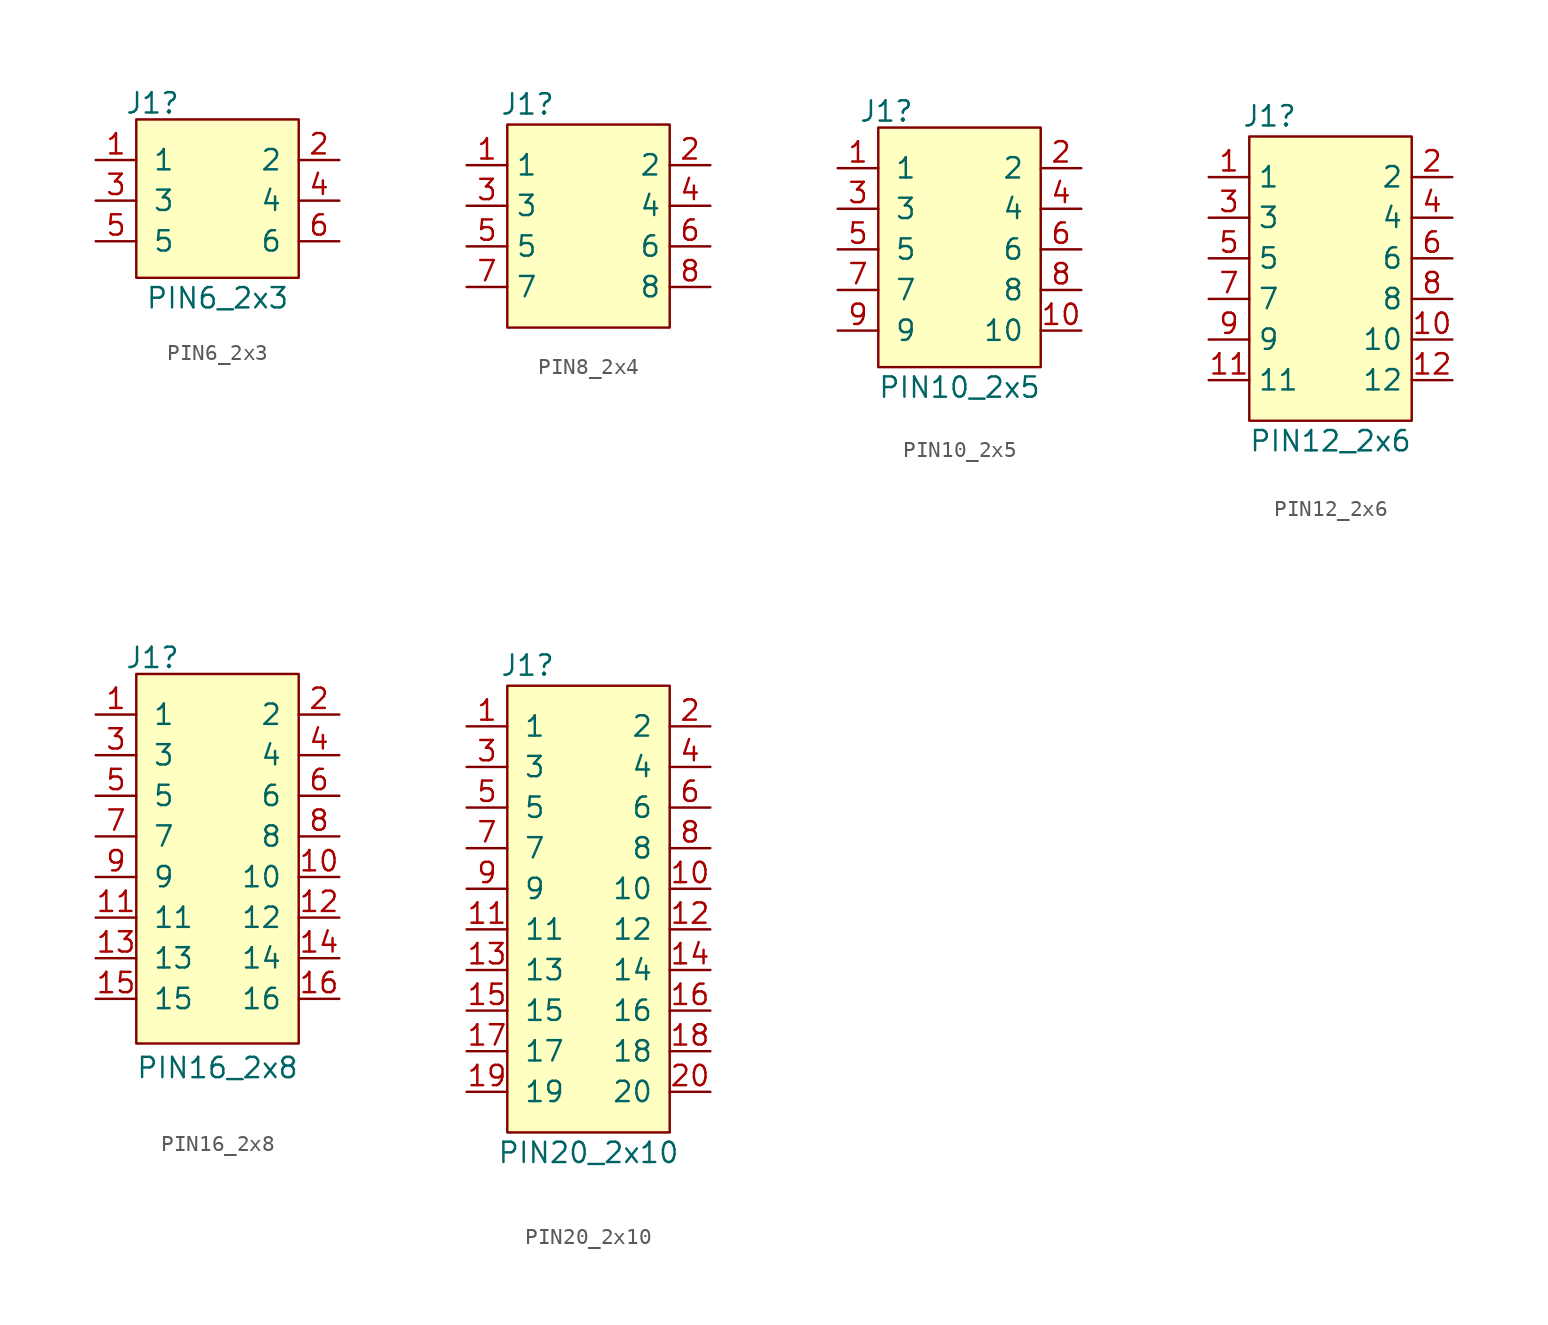
<source format=kicad_sym>
(kicad_symbol_lib
  (version 20220914)
  (generator kicad_symbol_editor)
  (symbol "PIN6_2x3"
    (pin_names
      (offset 1.016))
    (property "Reference" "J1"
      (at -4.064 6.096 0)
      (effects (font (size 1.27 1.27))))
    (property "Value" "PIN6_2x3"
      (at 0 -6.096 0)
      (effects (font (size 1.27 1.27))))
    (symbol "PIN6_2x3_1_1"
      (rectangle (start -5.08 5.08) (end 5.08 -4.826) (stroke (width 0) (type default)) (fill (type background)))
      (pin input line (at -7.62 2.54 0) (length 2.54) (name "1" (effects (font (size 1.27 1.27)))) (number "1" (effects (font (size 1.27 1.27)))))
      (pin input line (at 7.62 2.54 180) (length 2.54) (name "2" (effects (font (size 1.27 1.27)))) (number "2" (effects (font (size 1.27 1.27)))))
      (pin input line (at -7.62 0 0) (length 2.54) (name "3" (effects (font (size 1.27 1.27)))) (number "3" (effects (font (size 1.27 1.27)))))
      (pin input line (at 7.62 0 180) (length 2.54) (name "4" (effects (font (size 1.27 1.27)))) (number "4" (effects (font (size 1.27 1.27)))))
      (pin input line (at -7.62 -2.54 0) (length 2.54) (name "5" (effects (font (size 1.27 1.27)))) (number "5" (effects (font (size 1.27 1.27)))))
      (pin input line (at 7.62 -2.54 180) (length 2.54) (name "6" (effects (font (size 1.27 1.27)))) (number "6" (effects (font (size 1.27 1.27)))))))
  (symbol "PIN8_2x4"
    (property "Reference" "J1"
      (at -3.81 7.62 0)
      (effects (font (size 1.27 1.27))))
    (property "Value" ""
      (at -7.62 1.27 0)
      (effects (font (size 1.27 1.27))))
    (symbol "PIN8_2x4_1_1"
      (rectangle (start -5.08 6.35) (end 5.08 -6.35) (stroke (width 0) (type default)) (fill (type background)))
      (pin input line (at -7.62 3.81 0) (length 2.54) (name "1" (effects (font (size 1.27 1.27)))) (number "1" (effects (font (size 1.27 1.27)))))
      (pin input line (at 7.62 3.81 180) (length 2.54) (name "2" (effects (font (size 1.27 1.27)))) (number "2" (effects (font (size 1.27 1.27)))))
      (pin input line (at -7.62 1.27 0) (length 2.54) (name "3" (effects (font (size 1.27 1.27)))) (number "3" (effects (font (size 1.27 1.27)))))
      (pin input line (at 7.62 1.27 180) (length 2.54) (name "4" (effects (font (size 1.27 1.27)))) (number "4" (effects (font (size 1.27 1.27)))))
      (pin input line (at -7.62 -1.27 0) (length 2.54) (name "5" (effects (font (size 1.27 1.27)))) (number "5" (effects (font (size 1.27 1.27)))))
      (pin input line (at 7.62 -1.27 180) (length 2.54) (name "6" (effects (font (size 1.27 1.27)))) (number "6" (effects (font (size 1.27 1.27)))))
      (pin input line (at -7.62 -3.81 0) (length 2.54) (name "7" (effects (font (size 1.27 1.27)))) (number "7" (effects (font (size 1.27 1.27)))))
      (pin input line (at 7.62 -3.81 180) (length 2.54) (name "8" (effects (font (size 1.27 1.27)))) (number "8" (effects (font (size 1.27 1.27)))))))
  (symbol "PIN10_2x5"
    (pin_names
      (offset 1.016))
    (property "Reference" "J1"
      (at -4.572 8.636 0)
      (effects (font (size 1.27 1.27))))
    (property "Value" "PIN10_2x5"
      (at 0 -8.636 0)
      (effects (font (size 1.27 1.27))))
    (symbol "PIN10_2x5_1_1"
      (rectangle (start -5.08 7.62) (end 5.08 -7.366) (stroke (width 0) (type default)) (fill (type background)))
      (pin input line (at -7.62 5.08 0) (length 2.54) (name "1" (effects (font (size 1.27 1.27)))) (number "1" (effects (font (size 1.27 1.27)))))
      (pin input line (at 7.62 -5.08 180) (length 2.54) (name "10" (effects (font (size 1.27 1.27)))) (number "10" (effects (font (size 1.27 1.27)))))
      (pin input line (at 7.62 5.08 180) (length 2.54) (name "2" (effects (font (size 1.27 1.27)))) (number "2" (effects (font (size 1.27 1.27)))))
      (pin input line (at -7.62 2.54 0) (length 2.54) (name "3" (effects (font (size 1.27 1.27)))) (number "3" (effects (font (size 1.27 1.27)))))
      (pin input line (at 7.62 2.54 180) (length 2.54) (name "4" (effects (font (size 1.27 1.27)))) (number "4" (effects (font (size 1.27 1.27)))))
      (pin input line (at -7.62 0 0) (length 2.54) (name "5" (effects (font (size 1.27 1.27)))) (number "5" (effects (font (size 1.27 1.27)))))
      (pin input line (at 7.62 0 180) (length 2.54) (name "6" (effects (font (size 1.27 1.27)))) (number "6" (effects (font (size 1.27 1.27)))))
      (pin input line (at -7.62 -2.54 0) (length 2.54) (name "7" (effects (font (size 1.27 1.27)))) (number "7" (effects (font (size 1.27 1.27)))))
      (pin input line (at 7.62 -2.54 180) (length 2.54) (name "8" (effects (font (size 1.27 1.27)))) (number "8" (effects (font (size 1.27 1.27)))))
      (pin input line (at -7.62 -5.08 0) (length 2.54) (name "9" (effects (font (size 1.27 1.27)))) (number "9" (effects (font (size 1.27 1.27)))))))
  (symbol "PIN12_2x6"
    (property "Reference" "J1"
      (at -3.81 10.16 0)
      (effects (font (size 1.27 1.27))))
    (property "Value" "PIN12_2x6"
      (at 0 -10.16 0)
      (effects (font (size 1.27 1.27))))
    (symbol "PIN12_2x6_1_1"
      (rectangle (start -5.08 8.89) (end 5.08 -8.89) (stroke (width 0) (type default)) (fill (type background)))
      (pin input line (at -7.62 6.35 0) (length 2.54) (name "1" (effects (font (size 1.27 1.27)))) (number "1" (effects (font (size 1.27 1.27)))))
      (pin input line (at 7.62 -3.81 180) (length 2.54) (name "10" (effects (font (size 1.27 1.27)))) (number "10" (effects (font (size 1.27 1.27)))))
      (pin input line (at -7.62 -6.35 0) (length 2.54) (name "11" (effects (font (size 1.27 1.27)))) (number "11" (effects (font (size 1.27 1.27)))))
      (pin input line (at 7.62 -6.35 180) (length 2.54) (name "12" (effects (font (size 1.27 1.27)))) (number "12" (effects (font (size 1.27 1.27)))))
      (pin input line (at 7.62 6.35 180) (length 2.54) (name "2" (effects (font (size 1.27 1.27)))) (number "2" (effects (font (size 1.27 1.27)))))
      (pin input line (at -7.62 3.81 0) (length 2.54) (name "3" (effects (font (size 1.27 1.27)))) (number "3" (effects (font (size 1.27 1.27)))))
      (pin input line (at 7.62 3.81 180) (length 2.54) (name "4" (effects (font (size 1.27 1.27)))) (number "4" (effects (font (size 1.27 1.27)))))
      (pin input line (at -7.62 1.27 0) (length 2.54) (name "5" (effects (font (size 1.27 1.27)))) (number "5" (effects (font (size 1.27 1.27)))))
      (pin input line (at 7.62 1.27 180) (length 2.54) (name "6" (effects (font (size 1.27 1.27)))) (number "6" (effects (font (size 1.27 1.27)))))
      (pin input line (at -7.62 -1.27 0) (length 2.54) (name "7" (effects (font (size 1.27 1.27)))) (number "7" (effects (font (size 1.27 1.27)))))
      (pin input line (at 7.62 -1.27 180) (length 2.54) (name "8" (effects (font (size 1.27 1.27)))) (number "8" (effects (font (size 1.27 1.27)))))
      (pin input line (at -7.62 -3.81 0) (length 2.54) (name "9" (effects (font (size 1.27 1.27)))) (number "9" (effects (font (size 1.27 1.27)))))))
  (symbol "PIN16_2x8"
    (pin_names
      (offset 1.016))
    (property "Reference" "J1"
      (at -4.064 12.446 0)
      (effects (font (size 1.27 1.27))))
    (property "Value" "PIN16_2x8"
      (at 0 -13.208 0)
      (effects (font (size 1.27 1.27))))
    (symbol "PIN16_2x8_1_1"
      (rectangle (start -5.08 11.43) (end 5.08 -11.684) (stroke (width 0) (type default)) (fill (type background)))
      (pin input line (at -7.62 8.89 0) (length 2.54) (name "1" (effects (font (size 1.27 1.27)))) (number "1" (effects (font (size 1.27 1.27)))))
      (pin input line (at 7.62 -1.27 180) (length 2.54) (name "10" (effects (font (size 1.27 1.27)))) (number "10" (effects (font (size 1.27 1.27)))))
      (pin input line (at -7.62 -3.81 0) (length 2.54) (name "11" (effects (font (size 1.27 1.27)))) (number "11" (effects (font (size 1.27 1.27)))))
      (pin input line (at 7.62 -3.81 180) (length 2.54) (name "12" (effects (font (size 1.27 1.27)))) (number "12" (effects (font (size 1.27 1.27)))))
      (pin input line (at -7.62 -6.35 0) (length 2.54) (name "13" (effects (font (size 1.27 1.27)))) (number "13" (effects (font (size 1.27 1.27)))))
      (pin input line (at 7.62 -6.35 180) (length 2.54) (name "14" (effects (font (size 1.27 1.27)))) (number "14" (effects (font (size 1.27 1.27)))))
      (pin input line (at -7.62 -8.89 0) (length 2.54) (name "15" (effects (font (size 1.27 1.27)))) (number "15" (effects (font (size 1.27 1.27)))))
      (pin input line (at 7.62 -8.89 180) (length 2.54) (name "16" (effects (font (size 1.27 1.27)))) (number "16" (effects (font (size 1.27 1.27)))))
      (pin input line (at 7.62 8.89 180) (length 2.54) (name "2" (effects (font (size 1.27 1.27)))) (number "2" (effects (font (size 1.27 1.27)))))
      (pin input line (at -7.62 6.35 0) (length 2.54) (name "3" (effects (font (size 1.27 1.27)))) (number "3" (effects (font (size 1.27 1.27)))))
      (pin input line (at 7.62 6.35 180) (length 2.54) (name "4" (effects (font (size 1.27 1.27)))) (number "4" (effects (font (size 1.27 1.27)))))
      (pin input line (at -7.62 3.81 0) (length 2.54) (name "5" (effects (font (size 1.27 1.27)))) (number "5" (effects (font (size 1.27 1.27)))))
      (pin input line (at 7.62 3.81 180) (length 2.54) (name "6" (effects (font (size 1.27 1.27)))) (number "6" (effects (font (size 1.27 1.27)))))
      (pin input line (at -7.62 1.27 0) (length 2.54) (name "7" (effects (font (size 1.27 1.27)))) (number "7" (effects (font (size 1.27 1.27)))))
      (pin input line (at 7.62 1.27 180) (length 2.54) (name "8" (effects (font (size 1.27 1.27)))) (number "8" (effects (font (size 1.27 1.27)))))
      (pin input line (at -7.62 -1.27 0) (length 2.54) (name "9" (effects (font (size 1.27 1.27)))) (number "9" (effects (font (size 1.27 1.27)))))))
  (symbol "PIN20_2x10"
    (pin_names
      (offset 1.016))
    (property "Reference" "J1"
      (at -3.81 15.24 0)
      (effects (font (size 1.27 1.27))))
    (property "Value" "PIN20_2x10"
      (at 0 -15.24 0)
      (effects (font (size 1.27 1.27))))
    (symbol "PIN20_2x10_0_1"
      (rectangle (start -5.08 13.97) (end 5.08 -13.97) (stroke (width 0) (type default)) (fill (type background))))
    (symbol "PIN20_2x10_1_1"
      (pin input line (at -7.62 11.43 0) (length 2.54) (name "1" (effects (font (size 1.27 1.27)))) (number "1" (effects (font (size 1.27 1.27)))))
      (pin input line (at 7.62 1.27 180) (length 2.54) (name "10" (effects (font (size 1.27 1.27)))) (number "10" (effects (font (size 1.27 1.27)))))
      (pin input line (at -7.62 -1.27 0) (length 2.54) (name "11" (effects (font (size 1.27 1.27)))) (number "11" (effects (font (size 1.27 1.27)))))
      (pin input line (at 7.62 -1.27 180) (length 2.54) (name "12" (effects (font (size 1.27 1.27)))) (number "12" (effects (font (size 1.27 1.27)))))
      (pin input line (at -7.62 -3.81 0) (length 2.54) (name "13" (effects (font (size 1.27 1.27)))) (number "13" (effects (font (size 1.27 1.27)))))
      (pin input line (at 7.62 -3.81 180) (length 2.54) (name "14" (effects (font (size 1.27 1.27)))) (number "14" (effects (font (size 1.27 1.27)))))
      (pin input line (at -7.62 -6.35 0) (length 2.54) (name "15" (effects (font (size 1.27 1.27)))) (number "15" (effects (font (size 1.27 1.27)))))
      (pin input line (at 7.62 -6.35 180) (length 2.54) (name "16" (effects (font (size 1.27 1.27)))) (number "16" (effects (font (size 1.27 1.27)))))
      (pin input line (at -7.62 -8.89 0) (length 2.54) (name "17" (effects (font (size 1.27 1.27)))) (number "17" (effects (font (size 1.27 1.27)))))
      (pin input line (at 7.62 -8.89 180) (length 2.54) (name "18" (effects (font (size 1.27 1.27)))) (number "18" (effects (font (size 1.27 1.27)))))
      (pin input line (at -7.62 -11.43 0) (length 2.54) (name "19" (effects (font (size 1.27 1.27)))) (number "19" (effects (font (size 1.27 1.27)))))
      (pin input line (at 7.62 11.43 180) (length 2.54) (name "2" (effects (font (size 1.27 1.27)))) (number "2" (effects (font (size 1.27 1.27)))))
      (pin input line (at 7.62 -11.43 180) (length 2.54) (name "20" (effects (font (size 1.27 1.27)))) (number "20" (effects (font (size 1.27 1.27)))))
      (pin input line (at -7.62 8.89 0) (length 2.54) (name "3" (effects (font (size 1.27 1.27)))) (number "3" (effects (font (size 1.27 1.27)))))
      (pin input line (at 7.62 8.89 180) (length 2.54) (name "4" (effects (font (size 1.27 1.27)))) (number "4" (effects (font (size 1.27 1.27)))))
      (pin input line (at -7.62 6.35 0) (length 2.54) (name "5" (effects (font (size 1.27 1.27)))) (number "5" (effects (font (size 1.27 1.27)))))
      (pin input line (at 7.62 6.35 180) (length 2.54) (name "6" (effects (font (size 1.27 1.27)))) (number "6" (effects (font (size 1.27 1.27)))))
      (pin input line (at -7.62 3.81 0) (length 2.54) (name "7" (effects (font (size 1.27 1.27)))) (number "7" (effects (font (size 1.27 1.27)))))
      (pin input line (at 7.62 3.81 180) (length 2.54) (name "8" (effects (font (size 1.27 1.27)))) (number "8" (effects (font (size 1.27 1.27)))))
      (pin input line (at -7.62 1.27 0) (length 2.54) (name "9" (effects (font (size 1.27 1.27)))) (number "9" (effects (font (size 1.27 1.27))))))))
</source>
